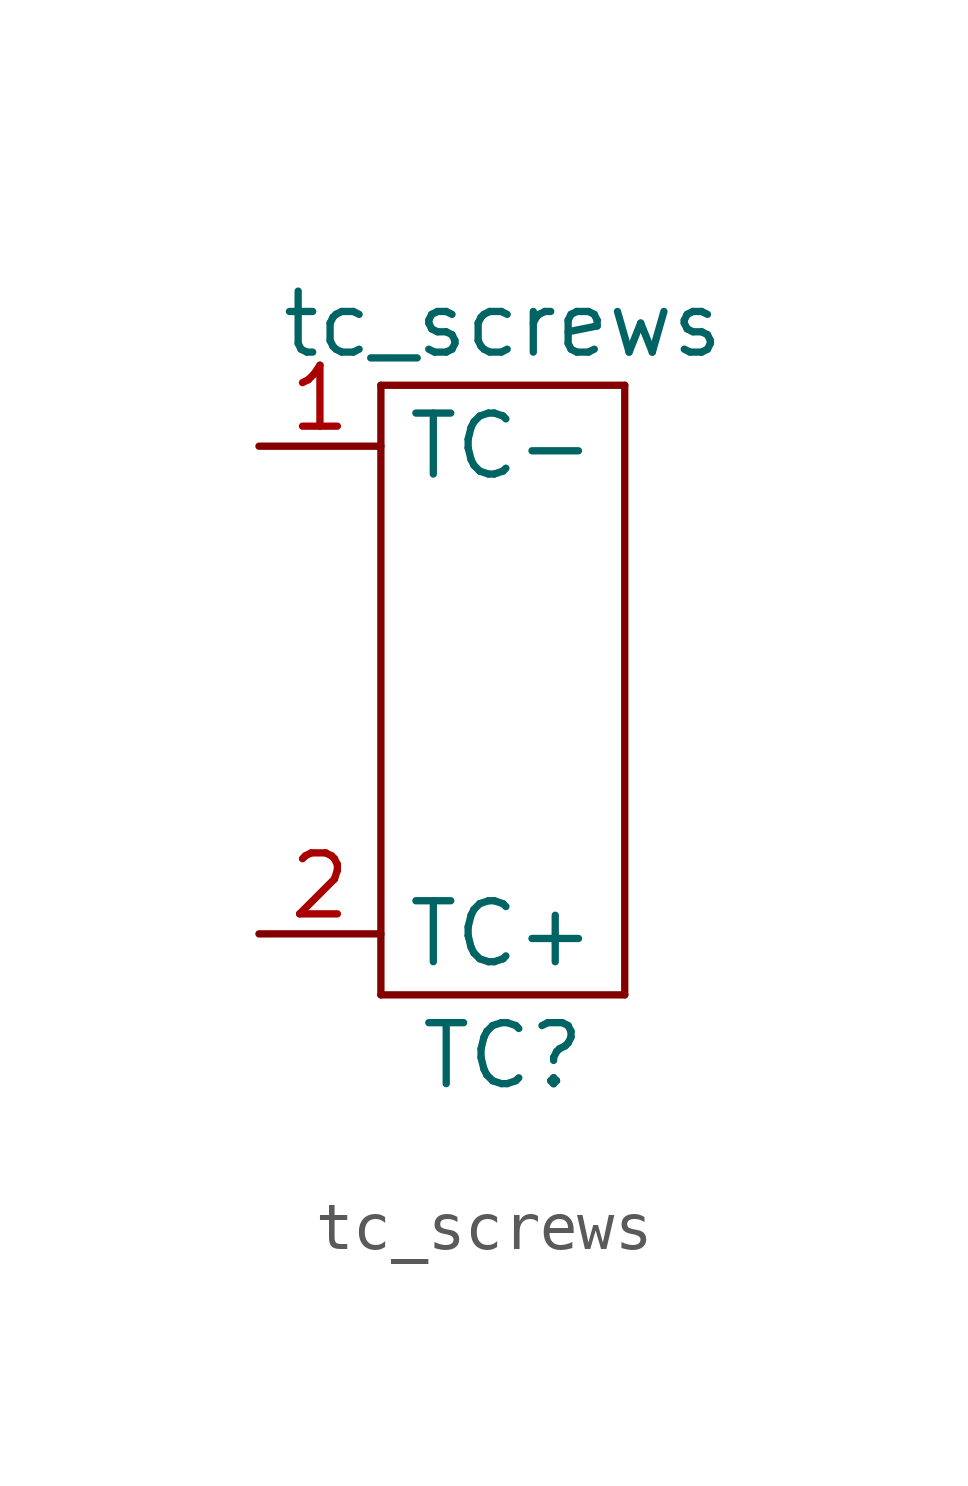
<source format=kicad_sym>
(kicad_symbol_lib
  (version 20200126)
  (host kicad_symbol_editor "(5.99.0-2364-g42a2f1346)")
  (symbol "tc_screws:tc_screws"
    (property "Reference" "TC"
      (at 0 -7.62 0)
      (effects (font (size 1.27 1.27))))
    (property "Value" "tc_screws"
      (at 0 7.62 0)
      (effects (font (size 1.27 1.27))))
    (symbol "tc_screws_0_1"
      (rectangle (start -2.54 -6.35) (end -2.54 6.35) (stroke (width 0)) (fill (type none)))
      (rectangle (start -2.54 6.35) (end 2.54 6.35) (stroke (width 0)) (fill (type none)))
      (rectangle (start 2.54 -6.35) (end -2.54 -6.35) (stroke (width 0)) (fill (type none)))
      (rectangle (start 2.54 6.35) (end 2.54 -6.35) (stroke (width 0)) (fill (type none))))
    (symbol "tc_screws_1_1"
      (pin passive line (at -5.08 5.08 0) (length 2.54) (name "TC-" (effects (font (size 1.27 1.27)))) (number "1" (effects (font (size 1.27 1.27)))))
      (pin passive line (at -5.08 -5.08 0) (length 2.54) (name "TC+" (effects (font (size 1.27 1.27)))) (number "2" (effects (font (size 1.27 1.27))))))))
</source>
